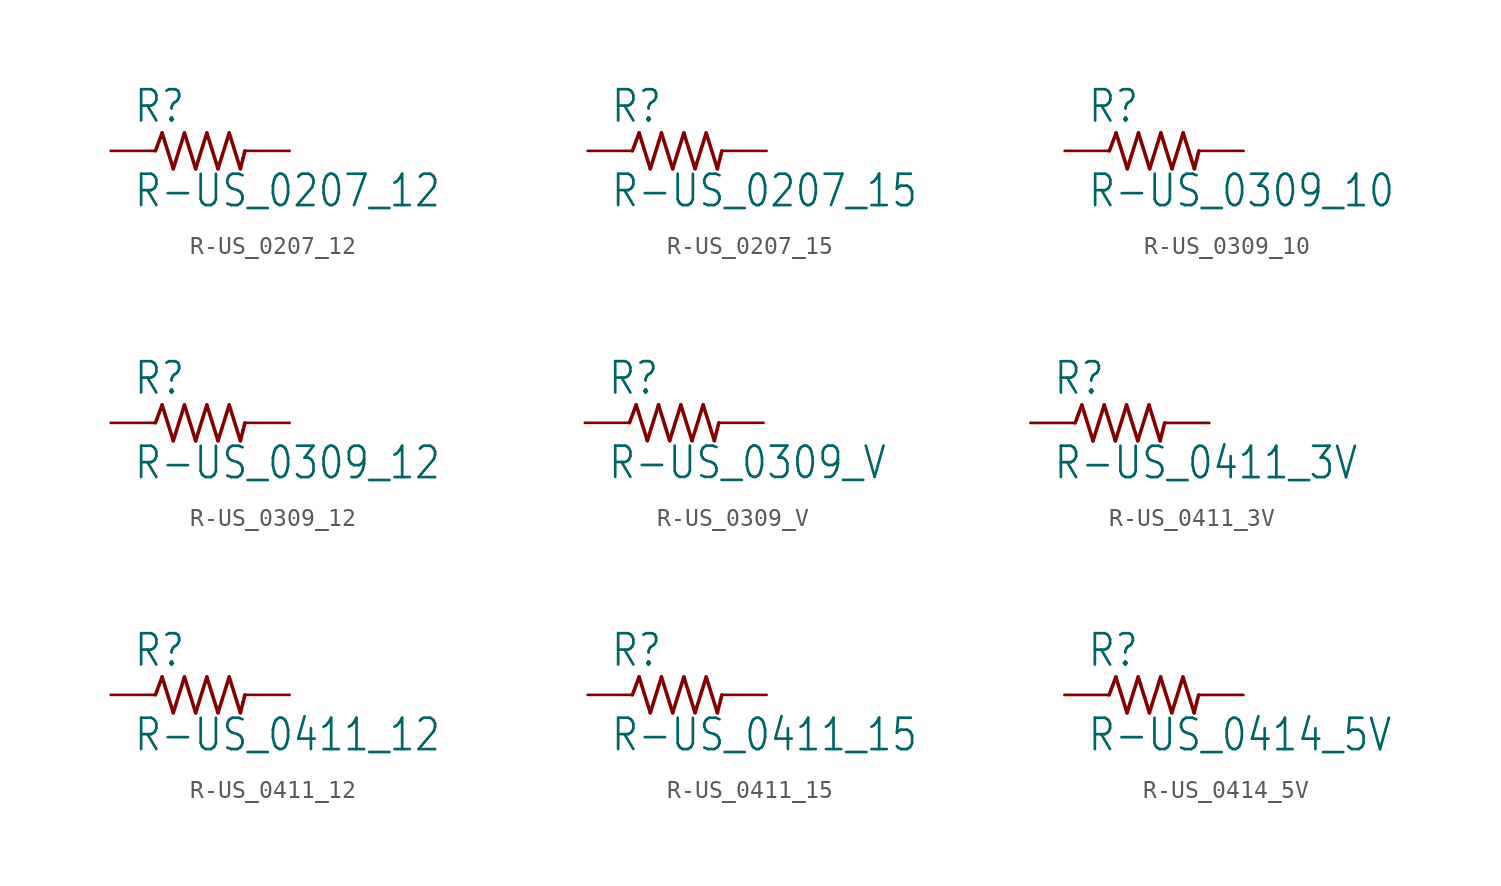
<source format=kicad_sym>
(kicad_symbol_lib
  (version 20201005)
  (generator kicad_symbol_editor)
  (symbol "R-US_0207_12"
    (property "Reference" "R"
      (at -3.81 1.499 0)
      (effects (font (size 1.778 1.511)) (justify left bottom)))
    (property "Value" "R-US_0207_12"
      (at -3.81 -3.302 0)
      (effects (font (size 1.778 1.511)) (justify left bottom)))
    (property "ki_locked" ""
      (at 0 0 0)
      (effects (font (size 1.27 1.27))))
    (symbol "R-US_0207_12_1_0"
      (polyline (pts (xy -2.54 0) (xy -2.159 1.016)) (stroke (width 0.203)) (fill (type none)))
      (polyline (pts (xy -2.159 1.016) (xy -1.524 -1.016)) (stroke (width 0.203)) (fill (type none)))
      (polyline (pts (xy -1.524 -1.016) (xy -0.889 1.016)) (stroke (width 0.203)) (fill (type none)))
      (polyline (pts (xy -0.889 1.016) (xy -0.254 -1.016)) (stroke (width 0.203)) (fill (type none)))
      (polyline (pts (xy -0.254 -1.016) (xy 0.381 1.016)) (stroke (width 0.203)) (fill (type none)))
      (polyline (pts (xy 0.381 1.016) (xy 1.016 -1.016)) (stroke (width 0.203)) (fill (type none)))
      (polyline (pts (xy 1.016 -1.016) (xy 1.651 1.016)) (stroke (width 0.203)) (fill (type none)))
      (polyline (pts (xy 1.651 1.016) (xy 2.286 -1.016)) (stroke (width 0.203)) (fill (type none)))
      (polyline (pts (xy 2.286 -1.016) (xy 2.54 0)) (stroke (width 0.203)) (fill (type none)))
      (pin passive line (at 5.08 0 180) (length 2.54) (name "2" (effects (font (size 0 0)))) (number "2" (effects (font (size 0 0)))))
      (pin passive line (at -5.08 0 0) (length 2.54) (name "1" (effects (font (size 0 0)))) (number "1" (effects (font (size 0 0)))))))
  (symbol "R-US_0207_15"
    (property "Reference" "R"
      (at -3.81 1.499 0)
      (effects (font (size 1.778 1.511)) (justify left bottom)))
    (property "Value" "R-US_0207_15"
      (at -3.81 -3.302 0)
      (effects (font (size 1.778 1.511)) (justify left bottom)))
    (property "ki_locked" ""
      (at 0 0 0)
      (effects (font (size 1.27 1.27))))
    (symbol "R-US_0207_15_1_0"
      (polyline (pts (xy -2.54 0) (xy -2.159 1.016)) (stroke (width 0.203)) (fill (type none)))
      (polyline (pts (xy -2.159 1.016) (xy -1.524 -1.016)) (stroke (width 0.203)) (fill (type none)))
      (polyline (pts (xy -1.524 -1.016) (xy -0.889 1.016)) (stroke (width 0.203)) (fill (type none)))
      (polyline (pts (xy -0.889 1.016) (xy -0.254 -1.016)) (stroke (width 0.203)) (fill (type none)))
      (polyline (pts (xy -0.254 -1.016) (xy 0.381 1.016)) (stroke (width 0.203)) (fill (type none)))
      (polyline (pts (xy 0.381 1.016) (xy 1.016 -1.016)) (stroke (width 0.203)) (fill (type none)))
      (polyline (pts (xy 1.016 -1.016) (xy 1.651 1.016)) (stroke (width 0.203)) (fill (type none)))
      (polyline (pts (xy 1.651 1.016) (xy 2.286 -1.016)) (stroke (width 0.203)) (fill (type none)))
      (polyline (pts (xy 2.286 -1.016) (xy 2.54 0)) (stroke (width 0.203)) (fill (type none)))
      (pin passive line (at 5.08 0 180) (length 2.54) (name "2" (effects (font (size 0 0)))) (number "2" (effects (font (size 0 0)))))
      (pin passive line (at -5.08 0 0) (length 2.54) (name "1" (effects (font (size 0 0)))) (number "1" (effects (font (size 0 0)))))))
  (symbol "R-US_0309_10"
    (property "Reference" "R"
      (at -3.81 1.499 0)
      (effects (font (size 1.778 1.511)) (justify left bottom)))
    (property "Value" "R-US_0309_10"
      (at -3.81 -3.302 0)
      (effects (font (size 1.778 1.511)) (justify left bottom)))
    (property "ki_locked" ""
      (at 0 0 0)
      (effects (font (size 1.27 1.27))))
    (symbol "R-US_0309_10_1_0"
      (polyline (pts (xy -2.54 0) (xy -2.159 1.016)) (stroke (width 0.203)) (fill (type none)))
      (polyline (pts (xy -2.159 1.016) (xy -1.524 -1.016)) (stroke (width 0.203)) (fill (type none)))
      (polyline (pts (xy -1.524 -1.016) (xy -0.889 1.016)) (stroke (width 0.203)) (fill (type none)))
      (polyline (pts (xy -0.889 1.016) (xy -0.254 -1.016)) (stroke (width 0.203)) (fill (type none)))
      (polyline (pts (xy -0.254 -1.016) (xy 0.381 1.016)) (stroke (width 0.203)) (fill (type none)))
      (polyline (pts (xy 0.381 1.016) (xy 1.016 -1.016)) (stroke (width 0.203)) (fill (type none)))
      (polyline (pts (xy 1.016 -1.016) (xy 1.651 1.016)) (stroke (width 0.203)) (fill (type none)))
      (polyline (pts (xy 1.651 1.016) (xy 2.286 -1.016)) (stroke (width 0.203)) (fill (type none)))
      (polyline (pts (xy 2.286 -1.016) (xy 2.54 0)) (stroke (width 0.203)) (fill (type none)))
      (pin passive line (at 5.08 0 180) (length 2.54) (name "2" (effects (font (size 0 0)))) (number "2" (effects (font (size 0 0)))))
      (pin passive line (at -5.08 0 0) (length 2.54) (name "1" (effects (font (size 0 0)))) (number "1" (effects (font (size 0 0)))))))
  (symbol "R-US_0309_12"
    (property "Reference" "R"
      (at -3.81 1.499 0)
      (effects (font (size 1.778 1.511)) (justify left bottom)))
    (property "Value" "R-US_0309_12"
      (at -3.81 -3.302 0)
      (effects (font (size 1.778 1.511)) (justify left bottom)))
    (property "ki_locked" ""
      (at 0 0 0)
      (effects (font (size 1.27 1.27))))
    (symbol "R-US_0309_12_1_0"
      (polyline (pts (xy -2.54 0) (xy -2.159 1.016)) (stroke (width 0.203)) (fill (type none)))
      (polyline (pts (xy -2.159 1.016) (xy -1.524 -1.016)) (stroke (width 0.203)) (fill (type none)))
      (polyline (pts (xy -1.524 -1.016) (xy -0.889 1.016)) (stroke (width 0.203)) (fill (type none)))
      (polyline (pts (xy -0.889 1.016) (xy -0.254 -1.016)) (stroke (width 0.203)) (fill (type none)))
      (polyline (pts (xy -0.254 -1.016) (xy 0.381 1.016)) (stroke (width 0.203)) (fill (type none)))
      (polyline (pts (xy 0.381 1.016) (xy 1.016 -1.016)) (stroke (width 0.203)) (fill (type none)))
      (polyline (pts (xy 1.016 -1.016) (xy 1.651 1.016)) (stroke (width 0.203)) (fill (type none)))
      (polyline (pts (xy 1.651 1.016) (xy 2.286 -1.016)) (stroke (width 0.203)) (fill (type none)))
      (polyline (pts (xy 2.286 -1.016) (xy 2.54 0)) (stroke (width 0.203)) (fill (type none)))
      (pin passive line (at 5.08 0 180) (length 2.54) (name "2" (effects (font (size 0 0)))) (number "2" (effects (font (size 0 0)))))
      (pin passive line (at -5.08 0 0) (length 2.54) (name "1" (effects (font (size 0 0)))) (number "1" (effects (font (size 0 0)))))))
  (symbol "R-US_0309_V"
    (property "Reference" "R"
      (at -3.81 1.499 0)
      (effects (font (size 1.778 1.511)) (justify left bottom)))
    (property "Value" "R-US_0309_V"
      (at -3.81 -3.302 0)
      (effects (font (size 1.778 1.511)) (justify left bottom)))
    (property "ki_locked" ""
      (at 0 0 0)
      (effects (font (size 1.27 1.27))))
    (symbol "R-US_0309_V_1_0"
      (polyline (pts (xy -2.54 0) (xy -2.159 1.016)) (stroke (width 0.203)) (fill (type none)))
      (polyline (pts (xy -2.159 1.016) (xy -1.524 -1.016)) (stroke (width 0.203)) (fill (type none)))
      (polyline (pts (xy -1.524 -1.016) (xy -0.889 1.016)) (stroke (width 0.203)) (fill (type none)))
      (polyline (pts (xy -0.889 1.016) (xy -0.254 -1.016)) (stroke (width 0.203)) (fill (type none)))
      (polyline (pts (xy -0.254 -1.016) (xy 0.381 1.016)) (stroke (width 0.203)) (fill (type none)))
      (polyline (pts (xy 0.381 1.016) (xy 1.016 -1.016)) (stroke (width 0.203)) (fill (type none)))
      (polyline (pts (xy 1.016 -1.016) (xy 1.651 1.016)) (stroke (width 0.203)) (fill (type none)))
      (polyline (pts (xy 1.651 1.016) (xy 2.286 -1.016)) (stroke (width 0.203)) (fill (type none)))
      (polyline (pts (xy 2.286 -1.016) (xy 2.54 0)) (stroke (width 0.203)) (fill (type none)))
      (pin passive line (at 5.08 0 180) (length 2.54) (name "2" (effects (font (size 0 0)))) (number "2" (effects (font (size 0 0)))))
      (pin passive line (at -5.08 0 0) (length 2.54) (name "1" (effects (font (size 0 0)))) (number "1" (effects (font (size 0 0)))))))
  (symbol "R-US_0411_3V"
    (property "Reference" "R"
      (at -3.81 1.499 0)
      (effects (font (size 1.778 1.511)) (justify left bottom)))
    (property "Value" "R-US_0411_3V"
      (at -3.81 -3.302 0)
      (effects (font (size 1.778 1.511)) (justify left bottom)))
    (property "ki_locked" ""
      (at 0 0 0)
      (effects (font (size 1.27 1.27))))
    (symbol "R-US_0411_3V_1_0"
      (polyline (pts (xy -2.54 0) (xy -2.159 1.016)) (stroke (width 0.203)) (fill (type none)))
      (polyline (pts (xy -2.159 1.016) (xy -1.524 -1.016)) (stroke (width 0.203)) (fill (type none)))
      (polyline (pts (xy -1.524 -1.016) (xy -0.889 1.016)) (stroke (width 0.203)) (fill (type none)))
      (polyline (pts (xy -0.889 1.016) (xy -0.254 -1.016)) (stroke (width 0.203)) (fill (type none)))
      (polyline (pts (xy -0.254 -1.016) (xy 0.381 1.016)) (stroke (width 0.203)) (fill (type none)))
      (polyline (pts (xy 0.381 1.016) (xy 1.016 -1.016)) (stroke (width 0.203)) (fill (type none)))
      (polyline (pts (xy 1.016 -1.016) (xy 1.651 1.016)) (stroke (width 0.203)) (fill (type none)))
      (polyline (pts (xy 1.651 1.016) (xy 2.286 -1.016)) (stroke (width 0.203)) (fill (type none)))
      (polyline (pts (xy 2.286 -1.016) (xy 2.54 0)) (stroke (width 0.203)) (fill (type none)))
      (pin passive line (at 5.08 0 180) (length 2.54) (name "2" (effects (font (size 0 0)))) (number "2" (effects (font (size 0 0)))))
      (pin passive line (at -5.08 0 0) (length 2.54) (name "1" (effects (font (size 0 0)))) (number "1" (effects (font (size 0 0)))))))
  (symbol "R-US_0411_12"
    (property "Reference" "R"
      (at -3.81 1.499 0)
      (effects (font (size 1.778 1.511)) (justify left bottom)))
    (property "Value" "R-US_0411_12"
      (at -3.81 -3.302 0)
      (effects (font (size 1.778 1.511)) (justify left bottom)))
    (property "ki_locked" ""
      (at 0 0 0)
      (effects (font (size 1.27 1.27))))
    (symbol "R-US_0411_12_1_0"
      (polyline (pts (xy -2.54 0) (xy -2.159 1.016)) (stroke (width 0.203)) (fill (type none)))
      (polyline (pts (xy -2.159 1.016) (xy -1.524 -1.016)) (stroke (width 0.203)) (fill (type none)))
      (polyline (pts (xy -1.524 -1.016) (xy -0.889 1.016)) (stroke (width 0.203)) (fill (type none)))
      (polyline (pts (xy -0.889 1.016) (xy -0.254 -1.016)) (stroke (width 0.203)) (fill (type none)))
      (polyline (pts (xy -0.254 -1.016) (xy 0.381 1.016)) (stroke (width 0.203)) (fill (type none)))
      (polyline (pts (xy 0.381 1.016) (xy 1.016 -1.016)) (stroke (width 0.203)) (fill (type none)))
      (polyline (pts (xy 1.016 -1.016) (xy 1.651 1.016)) (stroke (width 0.203)) (fill (type none)))
      (polyline (pts (xy 1.651 1.016) (xy 2.286 -1.016)) (stroke (width 0.203)) (fill (type none)))
      (polyline (pts (xy 2.286 -1.016) (xy 2.54 0)) (stroke (width 0.203)) (fill (type none)))
      (pin passive line (at 5.08 0 180) (length 2.54) (name "2" (effects (font (size 0 0)))) (number "2" (effects (font (size 0 0)))))
      (pin passive line (at -5.08 0 0) (length 2.54) (name "1" (effects (font (size 0 0)))) (number "1" (effects (font (size 0 0)))))))
  (symbol "R-US_0411_15"
    (property "Reference" "R"
      (at -3.81 1.499 0)
      (effects (font (size 1.778 1.511)) (justify left bottom)))
    (property "Value" "R-US_0411_15"
      (at -3.81 -3.302 0)
      (effects (font (size 1.778 1.511)) (justify left bottom)))
    (property "ki_locked" ""
      (at 0 0 0)
      (effects (font (size 1.27 1.27))))
    (symbol "R-US_0411_15_1_0"
      (polyline (pts (xy -2.54 0) (xy -2.159 1.016)) (stroke (width 0.203)) (fill (type none)))
      (polyline (pts (xy -2.159 1.016) (xy -1.524 -1.016)) (stroke (width 0.203)) (fill (type none)))
      (polyline (pts (xy -1.524 -1.016) (xy -0.889 1.016)) (stroke (width 0.203)) (fill (type none)))
      (polyline (pts (xy -0.889 1.016) (xy -0.254 -1.016)) (stroke (width 0.203)) (fill (type none)))
      (polyline (pts (xy -0.254 -1.016) (xy 0.381 1.016)) (stroke (width 0.203)) (fill (type none)))
      (polyline (pts (xy 0.381 1.016) (xy 1.016 -1.016)) (stroke (width 0.203)) (fill (type none)))
      (polyline (pts (xy 1.016 -1.016) (xy 1.651 1.016)) (stroke (width 0.203)) (fill (type none)))
      (polyline (pts (xy 1.651 1.016) (xy 2.286 -1.016)) (stroke (width 0.203)) (fill (type none)))
      (polyline (pts (xy 2.286 -1.016) (xy 2.54 0)) (stroke (width 0.203)) (fill (type none)))
      (pin passive line (at 5.08 0 180) (length 2.54) (name "2" (effects (font (size 0 0)))) (number "2" (effects (font (size 0 0)))))
      (pin passive line (at -5.08 0 0) (length 2.54) (name "1" (effects (font (size 0 0)))) (number "1" (effects (font (size 0 0)))))))
  (symbol "R-US_0414_5V"
    (property "Reference" "R"
      (at -3.81 1.499 0)
      (effects (font (size 1.778 1.511)) (justify left bottom)))
    (property "Value" "R-US_0414_5V"
      (at -3.81 -3.302 0)
      (effects (font (size 1.778 1.511)) (justify left bottom)))
    (property "ki_locked" ""
      (at 0 0 0)
      (effects (font (size 1.27 1.27))))
    (symbol "R-US_0414_5V_1_0"
      (polyline (pts (xy -2.54 0) (xy -2.159 1.016)) (stroke (width 0.203)) (fill (type none)))
      (polyline (pts (xy -2.159 1.016) (xy -1.524 -1.016)) (stroke (width 0.203)) (fill (type none)))
      (polyline (pts (xy -1.524 -1.016) (xy -0.889 1.016)) (stroke (width 0.203)) (fill (type none)))
      (polyline (pts (xy -0.889 1.016) (xy -0.254 -1.016)) (stroke (width 0.203)) (fill (type none)))
      (polyline (pts (xy -0.254 -1.016) (xy 0.381 1.016)) (stroke (width 0.203)) (fill (type none)))
      (polyline (pts (xy 0.381 1.016) (xy 1.016 -1.016)) (stroke (width 0.203)) (fill (type none)))
      (polyline (pts (xy 1.016 -1.016) (xy 1.651 1.016)) (stroke (width 0.203)) (fill (type none)))
      (polyline (pts (xy 1.651 1.016) (xy 2.286 -1.016)) (stroke (width 0.203)) (fill (type none)))
      (polyline (pts (xy 2.286 -1.016) (xy 2.54 0)) (stroke (width 0.203)) (fill (type none)))
      (pin passive line (at 5.08 0 180) (length 2.54) (name "2" (effects (font (size 0 0)))) (number "2" (effects (font (size 0 0)))))
      (pin passive line (at -5.08 0 0) (length 2.54) (name "1" (effects (font (size 0 0)))) (number "1" (effects (font (size 0 0))))))))
</source>
